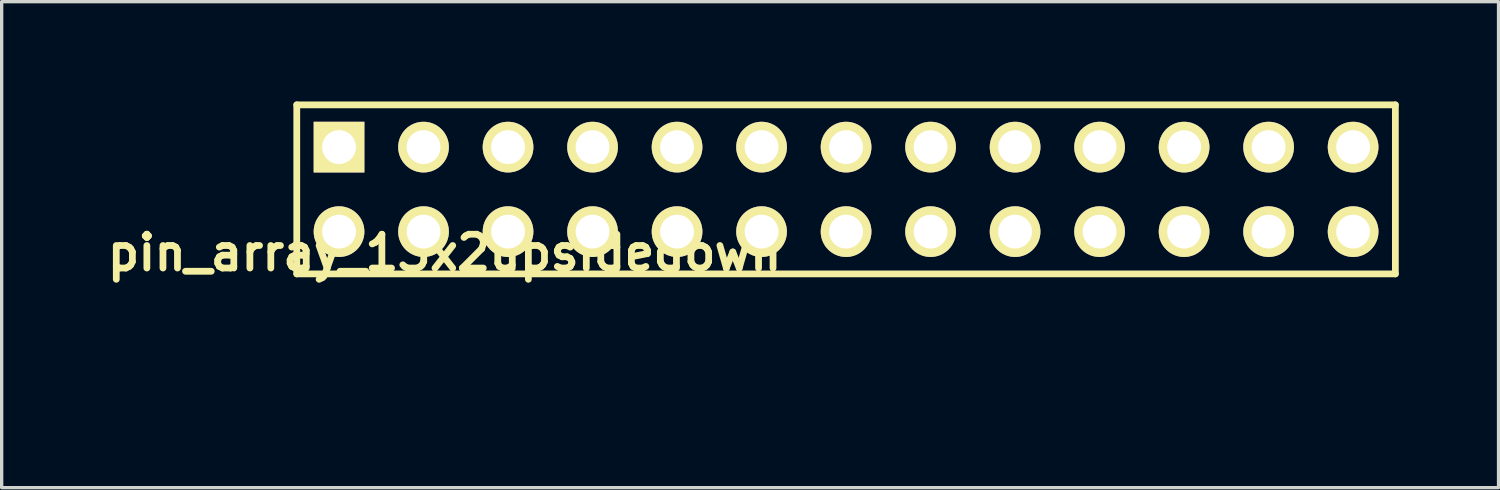
<source format=kicad_pcb>
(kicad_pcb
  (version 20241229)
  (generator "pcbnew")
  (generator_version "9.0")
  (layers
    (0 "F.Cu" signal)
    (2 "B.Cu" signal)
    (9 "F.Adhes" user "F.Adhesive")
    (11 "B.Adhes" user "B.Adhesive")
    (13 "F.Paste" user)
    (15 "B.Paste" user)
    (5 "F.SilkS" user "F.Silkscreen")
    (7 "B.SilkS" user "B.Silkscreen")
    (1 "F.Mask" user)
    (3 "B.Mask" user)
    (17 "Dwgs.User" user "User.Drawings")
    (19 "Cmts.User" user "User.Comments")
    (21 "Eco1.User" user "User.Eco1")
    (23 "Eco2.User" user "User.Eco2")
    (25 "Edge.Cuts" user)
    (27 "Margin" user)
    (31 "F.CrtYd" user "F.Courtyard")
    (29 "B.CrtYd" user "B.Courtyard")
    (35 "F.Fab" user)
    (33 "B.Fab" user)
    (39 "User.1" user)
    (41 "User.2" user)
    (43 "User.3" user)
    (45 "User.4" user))
  (footprint "pin_array_13x2upsidedown"
    (layer "F.Cu")
    (at 17.935 8.357)
    (property "Reference" "pin_array_13x2upsidedown" (at -7.62 -3.81 0) (layer "F.SilkS") (effects (font (size 1.016 1.016) (thickness 0.203))))
    (attr through_hole)
    (fp_line (start -12.065 -8.255) (end 20.955 -8.255) (stroke (width 0.203) (type solid)) (layer "F.SilkS"))
    (fp_line (start -12.065 -3.175) (end -12.065 -8.255) (stroke (width 0.203) (type solid)) (layer "F.SilkS"))
    (fp_line (start 20.955 -8.255) (end 20.955 -3.175) (stroke (width 0.203) (type solid)) (layer "F.SilkS"))
    (fp_line (start 20.955 -3.175) (end -12.065 -3.175) (stroke (width 0.203) (type solid)) (layer "F.SilkS"))
    (pad "1" thru_hole rect (at -10.795 -6.985) (size 1.524 1.524) (drill 1.016) (layers "*.Cu" "*.Mask" "F.SilkS"))
    (pad "2" thru_hole circle (at -10.795 -4.445) (size 1.524 1.524) (drill 1.016) (layers "*.Cu" "*.Mask" "F.SilkS"))
    (pad "3" thru_hole circle (at -8.255 -6.985) (size 1.524 1.524) (drill 1.016) (layers "*.Cu" "*.Mask" "F.SilkS"))
    (pad "4" thru_hole circle (at -8.255 -4.445) (size 1.524 1.524) (drill 1.016) (layers "*.Cu" "*.Mask" "F.SilkS"))
    (pad "5" thru_hole circle (at -5.715 -6.985) (size 1.524 1.524) (drill 1.016) (layers "*.Cu" "*.Mask" "F.SilkS"))
    (pad "6" thru_hole circle (at -5.715 -4.445) (size 1.524 1.524) (drill 1.016) (layers "*.Cu" "*.Mask" "F.SilkS"))
    (pad "7" thru_hole circle (at -3.175 -6.985) (size 1.524 1.524) (drill 1.016) (layers "*.Cu" "*.Mask" "F.SilkS"))
    (pad "8" thru_hole circle (at -3.175 -4.445) (size 1.524 1.524) (drill 1.016) (layers "*.Cu" "*.Mask" "F.SilkS"))
    (pad "9" thru_hole circle (at -0.635 -6.985) (size 1.524 1.524) (drill 1.016) (layers "*.Cu" "*.Mask" "F.SilkS"))
    (pad "10" thru_hole circle (at -0.635 -4.445) (size 1.524 1.524) (drill 1.016) (layers "*.Cu" "*.Mask" "F.SilkS"))
    (pad "11" thru_hole circle (at 1.905 -6.985) (size 1.524 1.524) (drill 1.016) (layers "*.Cu" "*.Mask" "F.SilkS"))
    (pad "12" thru_hole circle (at 1.905 -4.445) (size 1.524 1.524) (drill 1.016) (layers "*.Cu" "*.Mask" "F.SilkS"))
    (pad "13" thru_hole circle (at 4.445 -6.985) (size 1.524 1.524) (drill 1.016) (layers "*.Cu" "*.Mask" "F.SilkS"))
    (pad "14" thru_hole circle (at 4.445 -4.445) (size 1.524 1.524) (drill 1.016) (layers "*.Cu" "*.Mask" "F.SilkS"))
    (pad "15" thru_hole circle (at 6.985 -6.985) (size 1.524 1.524) (drill 1.016) (layers "*.Cu" "*.Mask" "F.SilkS"))
    (pad "16" thru_hole circle (at 6.985 -4.445) (size 1.524 1.524) (drill 1.016) (layers "*.Cu" "*.Mask" "F.SilkS"))
    (pad "17" thru_hole circle (at 9.525 -6.985) (size 1.524 1.524) (drill 1.016) (layers "*.Cu" "*.Mask" "F.SilkS"))
    (pad "18" thru_hole circle (at 9.525 -4.445) (size 1.524 1.524) (drill 1.016) (layers "*.Cu" "*.Mask" "F.SilkS"))
    (pad "19" thru_hole circle (at 12.065 -6.985) (size 1.524 1.524) (drill 1.016) (layers "*.Cu" "*.Mask" "F.SilkS"))
    (pad "20" thru_hole circle (at 12.065 -4.445) (size 1.524 1.524) (drill 1.016) (layers "*.Cu" "*.Mask" "F.SilkS"))
    (pad "21" thru_hole circle (at 14.605 -6.985) (size 1.524 1.524) (drill 1.016) (layers "*.Cu" "*.Mask" "F.SilkS"))
    (pad "22" thru_hole circle (at 14.605 -4.445) (size 1.524 1.524) (drill 1.016) (layers "*.Cu" "*.Mask" "F.SilkS"))
    (pad "23" thru_hole circle (at 17.145 -6.985) (size 1.524 1.524) (drill 1.016) (layers "*.Cu" "*.Mask" "F.SilkS"))
    (pad "24" thru_hole circle (at 17.145 -4.445) (size 1.524 1.524) (drill 1.016) (layers "*.Cu" "*.Mask" "F.SilkS"))
    (pad "25" thru_hole circle (at 19.685 -6.985) (size 1.524 1.524) (drill 1.016) (layers "*.Cu" "*.Mask" "F.SilkS"))
    (pad "26" thru_hole circle (at 19.685 -4.445) (size 1.524 1.524) (drill 1.016) (layers "*.Cu" "*.Mask" "F.SilkS")))
  (gr_rect
    (start -3 -3)
    (end 41.991 11.607)
    (stroke (width 0.1) (type default))
    (fill no)
    (layer "Edge.Cuts")))
</source>
